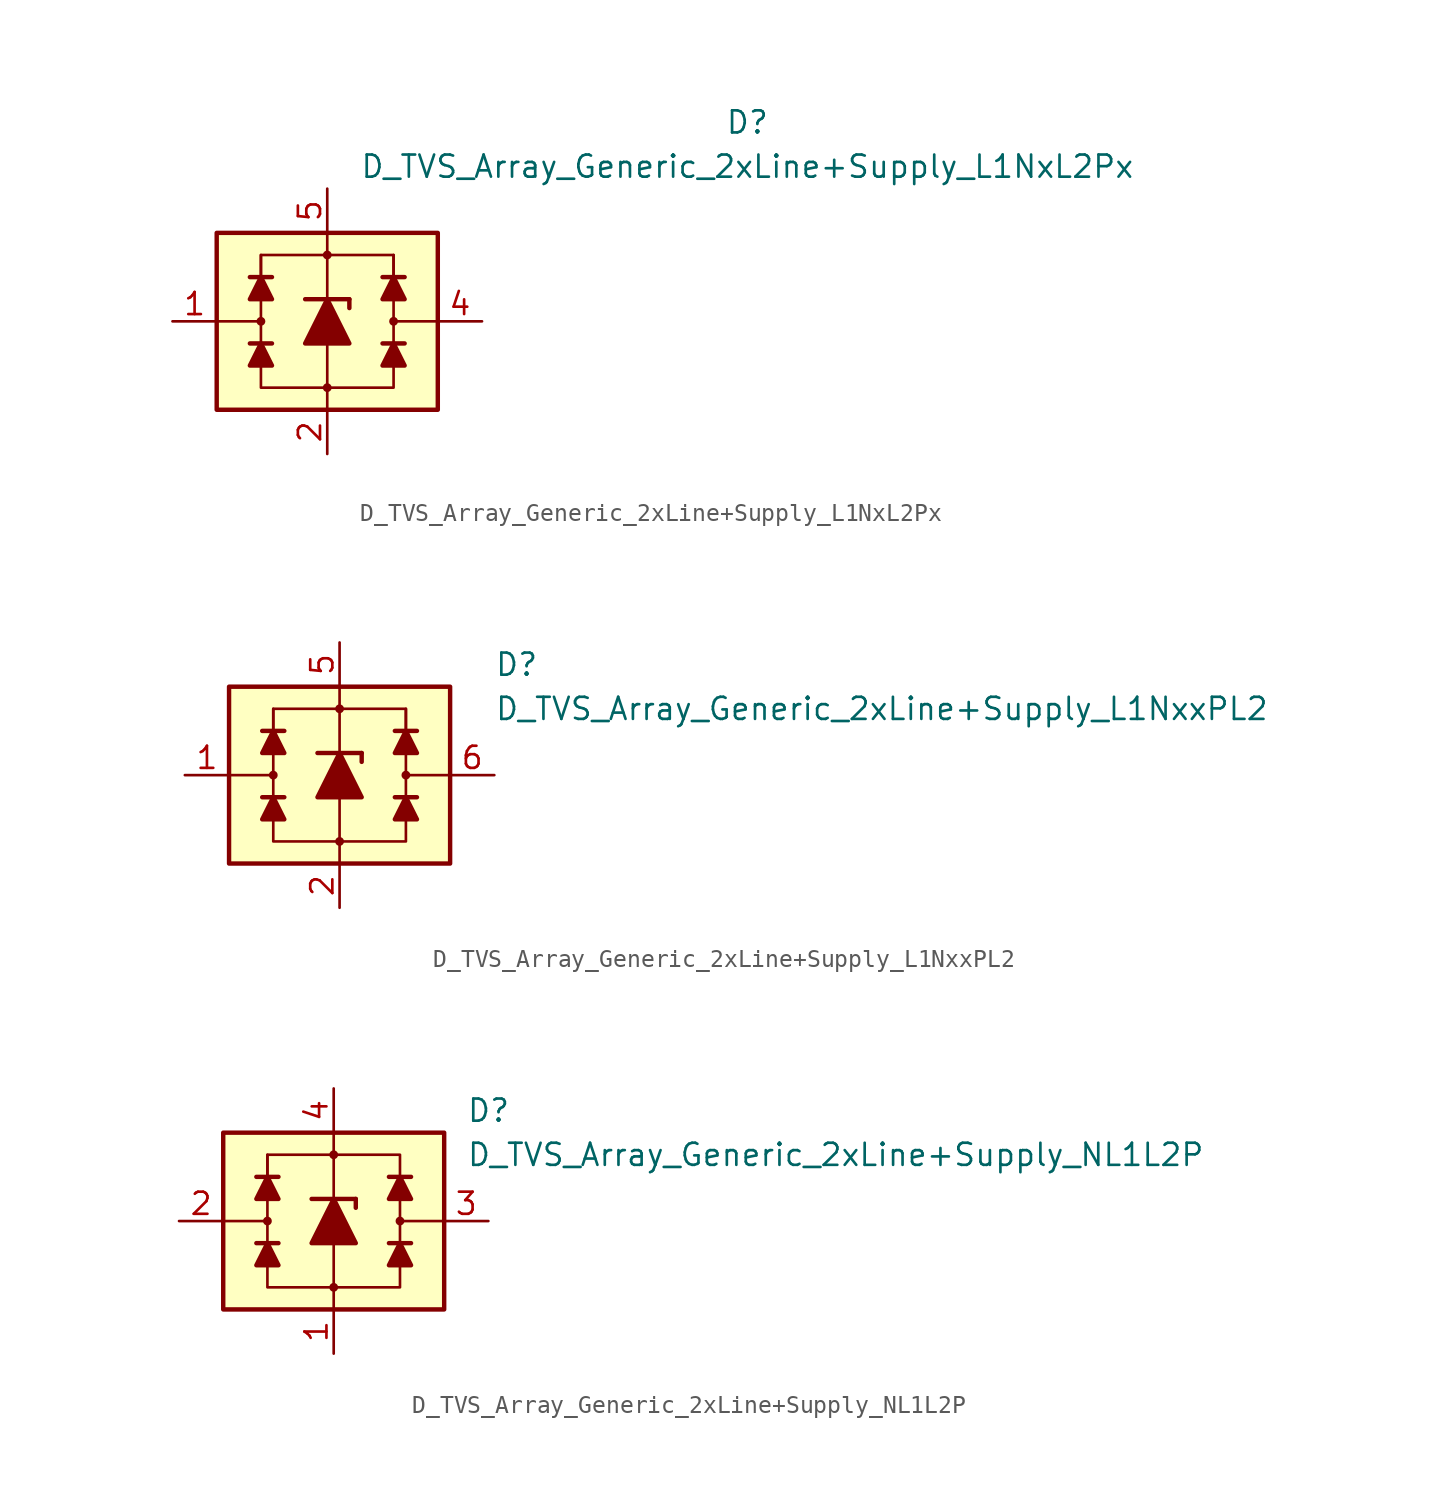
<source format=kicad_sym>
(kicad_symbol_lib
  (version 20231120)
  (generator "kicad_symbol_editor")
  (generator_version "8.0")
  (symbol "D_TVS_Array_Generic_2xLine+Supply_L1NxL2Px"
    (pin_names
      (offset 1.016) hide)
    (property "Reference" "D"
      (at 24.13 11.43 0)
      (effects (font (size 1.27 1.27))))
    (property "Value" "D_TVS_Array_Generic_2xLine+Supply_L1NxL2Px"
      (at 24.13 8.89 0)
      (effects (font (size 1.27 1.27))))
    (symbol "D_TVS_Array_Generic_2xLine+Supply_L1NxL2Px_0_1"
      (rectangle (start -6.35 5.08) (end 6.35 -5.08) (stroke (width 0.254) (type default)) (fill (type background)))
      (circle (center -3.81 0) (radius 0.178) (stroke (width 0) (type default)) (fill (type outline)))
      (polyline (pts (xy -3.81 -1.27) (xy -3.81 1.27)) (stroke (width 0) (type default)) (fill (type none)))
      (polyline (pts (xy -3.81 0) (xy -6.35 0)) (stroke (width 0) (type default)) (fill (type none)))
      (polyline (pts (xy -3.175 -1.27) (xy -4.445 -1.27)) (stroke (width 0.254) (type default)) (fill (type none)))
      (polyline (pts (xy -3.175 2.54) (xy -4.445 2.54)) (stroke (width 0.254) (type default)) (fill (type none)))
      (polyline (pts (xy 0 -1.27) (xy 0 -5.08)) (stroke (width 0) (type default)) (fill (type none)))
      (polyline (pts (xy 0 1.27) (xy 0 5.08)) (stroke (width 0) (type default)) (fill (type none)))
      (polyline (pts (xy 3.81 -1.27) (xy 3.81 1.27)) (stroke (width 0) (type default)) (fill (type none)))
      (polyline (pts (xy 3.81 0) (xy 6.35 0)) (stroke (width 0) (type default)) (fill (type none)))
      (polyline (pts (xy 4.445 -1.27) (xy 3.175 -1.27)) (stroke (width 0.254) (type default)) (fill (type none)))
      (polyline (pts (xy 4.445 2.54) (xy 3.175 2.54)) (stroke (width 0.254) (type default)) (fill (type none)))
      (polyline (pts (xy -3.81 -2.54) (xy -3.81 -3.81) (xy 3.81 -3.81) (xy 3.81 -2.54)) (stroke (width 0) (type default)) (fill (type none)))
      (polyline (pts (xy -3.81 -1.27) (xy -3.175 -2.54) (xy -4.445 -2.54) (xy -3.81 -1.27)) (stroke (width 0.254) (type default)) (fill (type outline)))
      (polyline (pts (xy -3.81 2.54) (xy -3.81 3.81) (xy 3.81 3.81) (xy 3.81 2.54)) (stroke (width 0) (type default)) (fill (type none)))
      (polyline (pts (xy -3.81 2.54) (xy -3.175 1.27) (xy -4.445 1.27) (xy -3.81 2.54)) (stroke (width 0.254) (type default)) (fill (type outline)))
      (polyline (pts (xy 3.81 -1.27) (xy 4.445 -2.54) (xy 3.175 -2.54) (xy 3.81 -1.27)) (stroke (width 0.254) (type default)) (fill (type outline)))
      (polyline (pts (xy 3.81 2.54) (xy 4.445 1.27) (xy 3.175 1.27) (xy 3.81 2.54)) (stroke (width 0.254) (type default)) (fill (type outline)))
      (circle (center 0 3.81) (radius 0.178) (stroke (width 0) (type default)) (fill (type outline)))
      (circle (center 3.81 0) (radius 0.178) (stroke (width 0) (type default)) (fill (type outline))))
    (symbol "D_TVS_Array_Generic_2xLine+Supply_L1NxL2Px_1_1"
      (circle (center 0 -3.81) (radius 0.178) (stroke (width 0) (type default)) (fill (type outline)))
      (polyline (pts (xy -3.81 1.27) (xy -3.81 3.81)) (stroke (width 0) (type default)) (fill (type none)))
      (polyline (pts (xy -1.27 1.27) (xy 1.27 1.27)) (stroke (width 0.254) (type default)) (fill (type none)))
      (polyline (pts (xy 0 -1.27) (xy 0 1.27)) (stroke (width 0) (type default)) (fill (type none)))
      (polyline (pts (xy 1.27 1.27) (xy 1.27 0.762)) (stroke (width 0.254) (type default)) (fill (type none)))
      (polyline (pts (xy 3.81 1.27) (xy 3.81 3.81)) (stroke (width 0) (type default)) (fill (type none)))
      (polyline (pts (xy 1.27 -1.27) (xy -1.27 -1.27) (xy 0 1.27) (xy 1.27 -1.27)) (stroke (width 0.254) (type default)) (fill (type outline)))
      (pin passive line (at -8.89 0 0) (length 2.54) (name "L1" (effects (font (size 1.27 1.27)))) (number "1" (effects (font (size 1.27 1.27)))))
      (pin passive line (at 0 -7.62 90) (length 2.54) (name "VN" (effects (font (size 1.27 1.27)))) (number "2" (effects (font (size 1.27 1.27)))))
      (pin free line (at 1.27 1.27 0) (length 2.54) hide (name "NC" (effects (font (size 1.27 1.27)))) (number "3" (effects (font (size 1.27 1.27)))))
      (pin passive line (at 8.89 0 180) (length 2.54) (name "L2" (effects (font (size 1.27 1.27)))) (number "4" (effects (font (size 1.27 1.27)))))
      (pin passive line (at 0 7.62 270) (length 2.54) (name "VP" (effects (font (size 1.27 1.27)))) (number "5" (effects (font (size 1.27 1.27)))))
      (pin free line (at 1.27 -1.27 0) (length 2.54) hide (name "NC" (effects (font (size 1.27 1.27)))) (number "6" (effects (font (size 1.27 1.27)))))))
  (symbol "D_TVS_Array_Generic_2xLine+Supply_L1NxxPL2"
    (pin_names
      (offset 1.016) hide)
    (property "Reference" "D"
      (at 8.89 6.35 0)
      (effects (font (size 1.27 1.27)) (justify left)))
    (property "Value" "D_TVS_Array_Generic_2xLine+Supply_L1NxxPL2"
      (at 8.89 3.81 0)
      (effects (font (size 1.27 1.27)) (justify left)))
    (symbol "D_TVS_Array_Generic_2xLine+Supply_L1NxxPL2_0_1"
      (rectangle (start -6.35 5.08) (end 6.35 -5.08) (stroke (width 0.254) (type default)) (fill (type background)))
      (circle (center -3.81 0) (radius 0.178) (stroke (width 0) (type default)) (fill (type outline)))
      (polyline (pts (xy -3.81 -1.27) (xy -3.81 1.27)) (stroke (width 0) (type default)) (fill (type none)))
      (polyline (pts (xy -3.81 0) (xy -6.35 0)) (stroke (width 0) (type default)) (fill (type none)))
      (polyline (pts (xy -3.175 -1.27) (xy -4.445 -1.27)) (stroke (width 0.254) (type default)) (fill (type none)))
      (polyline (pts (xy -3.175 2.54) (xy -4.445 2.54)) (stroke (width 0.254) (type default)) (fill (type none)))
      (polyline (pts (xy 0 -1.27) (xy 0 -5.08)) (stroke (width 0) (type default)) (fill (type none)))
      (polyline (pts (xy 0 1.27) (xy 0 5.08)) (stroke (width 0) (type default)) (fill (type none)))
      (polyline (pts (xy 3.81 -1.27) (xy 3.81 1.27)) (stroke (width 0) (type default)) (fill (type none)))
      (polyline (pts (xy 3.81 0) (xy 6.35 0)) (stroke (width 0) (type default)) (fill (type none)))
      (polyline (pts (xy 4.445 -1.27) (xy 3.175 -1.27)) (stroke (width 0.254) (type default)) (fill (type none)))
      (polyline (pts (xy 4.445 2.54) (xy 3.175 2.54)) (stroke (width 0.254) (type default)) (fill (type none)))
      (polyline (pts (xy -3.81 -2.54) (xy -3.81 -3.81) (xy 3.81 -3.81) (xy 3.81 -2.54)) (stroke (width 0) (type default)) (fill (type none)))
      (polyline (pts (xy -3.81 -1.27) (xy -3.175 -2.54) (xy -4.445 -2.54) (xy -3.81 -1.27)) (stroke (width 0.254) (type default)) (fill (type outline)))
      (polyline (pts (xy -3.81 2.54) (xy -3.81 3.81) (xy 3.81 3.81) (xy 3.81 2.54)) (stroke (width 0) (type default)) (fill (type none)))
      (polyline (pts (xy -3.81 2.54) (xy -3.175 1.27) (xy -4.445 1.27) (xy -3.81 2.54)) (stroke (width 0.254) (type default)) (fill (type outline)))
      (polyline (pts (xy 3.81 -1.27) (xy 4.445 -2.54) (xy 3.175 -2.54) (xy 3.81 -1.27)) (stroke (width 0.254) (type default)) (fill (type outline)))
      (polyline (pts (xy 3.81 2.54) (xy 4.445 1.27) (xy 3.175 1.27) (xy 3.81 2.54)) (stroke (width 0.254) (type default)) (fill (type outline)))
      (circle (center 0 3.81) (radius 0.178) (stroke (width 0) (type default)) (fill (type outline)))
      (circle (center 3.81 0) (radius 0.178) (stroke (width 0) (type default)) (fill (type outline))))
    (symbol "D_TVS_Array_Generic_2xLine+Supply_L1NxxPL2_1_1"
      (circle (center 0 -3.81) (radius 0.178) (stroke (width 0) (type default)) (fill (type outline)))
      (polyline (pts (xy -3.81 1.27) (xy -3.81 3.81)) (stroke (width 0) (type default)) (fill (type none)))
      (polyline (pts (xy -1.27 1.27) (xy 1.27 1.27)) (stroke (width 0.254) (type default)) (fill (type none)))
      (polyline (pts (xy 1.27 1.27) (xy 1.27 0.762)) (stroke (width 0.254) (type default)) (fill (type none)))
      (polyline (pts (xy 3.81 1.27) (xy 3.81 3.81)) (stroke (width 0) (type default)) (fill (type none)))
      (polyline (pts (xy 1.27 -1.27) (xy -1.27 -1.27) (xy 0 1.27) (xy 1.27 -1.27)) (stroke (width 0.254) (type default)) (fill (type outline)))
      (pin passive line (at -8.89 0 0) (length 2.54) (name "L1" (effects (font (size 1.27 1.27)))) (number "1" (effects (font (size 1.27 1.27)))))
      (pin passive line (at 0 -7.62 90) (length 2.54) (name "VN" (effects (font (size 1.27 1.27)))) (number "2" (effects (font (size 1.27 1.27)))))
      (pin free line (at 2.54 1.27 0) (length 2.54) hide (name "NC" (effects (font (size 1.27 1.27)))) (number "3" (effects (font (size 1.27 1.27)))))
      (pin free line (at 2.54 -1.27 0) (length 2.54) hide (name "NC" (effects (font (size 1.27 1.27)))) (number "4" (effects (font (size 1.27 1.27)))))
      (pin passive line (at 0 7.62 270) (length 2.54) (name "VP" (effects (font (size 1.27 1.27)))) (number "5" (effects (font (size 1.27 1.27)))))
      (pin passive line (at 8.89 0 180) (length 2.54) (name "L2" (effects (font (size 1.27 1.27)))) (number "6" (effects (font (size 1.27 1.27)))))))
  (symbol "D_TVS_Array_Generic_2xLine+Supply_NL1L2P"
    (pin_names
      (offset 1.016) hide)
    (property "Reference" "D"
      (at 7.62 6.35 0)
      (effects (font (size 1.27 1.27)) (justify left)))
    (property "Value" "D_TVS_Array_Generic_2xLine+Supply_NL1L2P"
      (at 7.62 3.81 0)
      (effects (font (size 1.27 1.27)) (justify left)))
    (symbol "D_TVS_Array_Generic_2xLine+Supply_NL1L2P_0_1"
      (rectangle (start -6.35 5.08) (end 6.35 -5.08) (stroke (width 0.254) (type default)) (fill (type background)))
      (circle (center -3.81 0) (radius 0.178) (stroke (width 0) (type default)) (fill (type outline)))
      (polyline (pts (xy -3.81 -1.27) (xy -3.81 1.27)) (stroke (width 0) (type default)) (fill (type none)))
      (polyline (pts (xy -3.81 0) (xy -6.35 0)) (stroke (width 0) (type default)) (fill (type none)))
      (polyline (pts (xy -3.175 -1.27) (xy -4.445 -1.27)) (stroke (width 0.254) (type default)) (fill (type none)))
      (polyline (pts (xy -3.175 2.54) (xy -4.445 2.54)) (stroke (width 0.254) (type default)) (fill (type none)))
      (polyline (pts (xy 0 -1.27) (xy 0 -5.08)) (stroke (width 0) (type default)) (fill (type none)))
      (polyline (pts (xy 0 1.27) (xy 0 5.08)) (stroke (width 0) (type default)) (fill (type none)))
      (polyline (pts (xy 3.81 -1.27) (xy 3.81 1.27)) (stroke (width 0) (type default)) (fill (type none)))
      (polyline (pts (xy 3.81 0) (xy 6.35 0)) (stroke (width 0) (type default)) (fill (type none)))
      (polyline (pts (xy 4.445 -1.27) (xy 3.175 -1.27)) (stroke (width 0.254) (type default)) (fill (type none)))
      (polyline (pts (xy 4.445 2.54) (xy 3.175 2.54)) (stroke (width 0.254) (type default)) (fill (type none)))
      (polyline (pts (xy -3.81 -2.54) (xy -3.81 -3.81) (xy 3.81 -3.81) (xy 3.81 -2.54)) (stroke (width 0) (type default)) (fill (type none)))
      (polyline (pts (xy -3.81 -1.27) (xy -3.175 -2.54) (xy -4.445 -2.54) (xy -3.81 -1.27)) (stroke (width 0.254) (type default)) (fill (type outline)))
      (polyline (pts (xy -3.81 2.54) (xy -3.81 3.81) (xy 3.81 3.81) (xy 3.81 2.54)) (stroke (width 0) (type default)) (fill (type none)))
      (polyline (pts (xy -3.81 2.54) (xy -3.175 1.27) (xy -4.445 1.27) (xy -3.81 2.54)) (stroke (width 0.254) (type default)) (fill (type outline)))
      (polyline (pts (xy 3.81 -1.27) (xy 4.445 -2.54) (xy 3.175 -2.54) (xy 3.81 -1.27)) (stroke (width 0.254) (type default)) (fill (type outline)))
      (polyline (pts (xy 3.81 2.54) (xy 4.445 1.27) (xy 3.175 1.27) (xy 3.81 2.54)) (stroke (width 0.254) (type default)) (fill (type outline)))
      (circle (center 0 3.81) (radius 0.178) (stroke (width 0) (type default)) (fill (type outline)))
      (circle (center 3.81 0) (radius 0.178) (stroke (width 0) (type default)) (fill (type outline))))
    (symbol "D_TVS_Array_Generic_2xLine+Supply_NL1L2P_1_1"
      (circle (center 0 -3.81) (radius 0.178) (stroke (width 0) (type default)) (fill (type outline)))
      (polyline (pts (xy -3.81 1.27) (xy -3.81 3.81)) (stroke (width 0) (type default)) (fill (type none)))
      (polyline (pts (xy -1.27 1.27) (xy 1.27 1.27)) (stroke (width 0.254) (type default)) (fill (type none)))
      (polyline (pts (xy 0 -1.27) (xy 0 1.27)) (stroke (width 0) (type default)) (fill (type none)))
      (polyline (pts (xy 1.27 1.27) (xy 1.27 0.762)) (stroke (width 0.254) (type default)) (fill (type none)))
      (polyline (pts (xy 1.27 -1.27) (xy -1.27 -1.27) (xy 0 1.27) (xy 1.27 -1.27)) (stroke (width 0.254) (type default)) (fill (type outline)))
      (pin passive line (at 0 -7.62 90) (length 2.54) (name "VN" (effects (font (size 1.27 1.27)))) (number "1" (effects (font (size 1.27 1.27)))))
      (pin passive line (at -8.89 0 0) (length 2.54) (name "L1" (effects (font (size 1.27 1.27)))) (number "2" (effects (font (size 1.27 1.27)))))
      (pin passive line (at 8.89 0 180) (length 2.54) (name "L2" (effects (font (size 1.27 1.27)))) (number "3" (effects (font (size 1.27 1.27)))))
      (pin passive line (at 0 7.62 270) (length 2.54) (name "VP" (effects (font (size 1.27 1.27)))) (number "4" (effects (font (size 1.27 1.27))))))))
</source>
